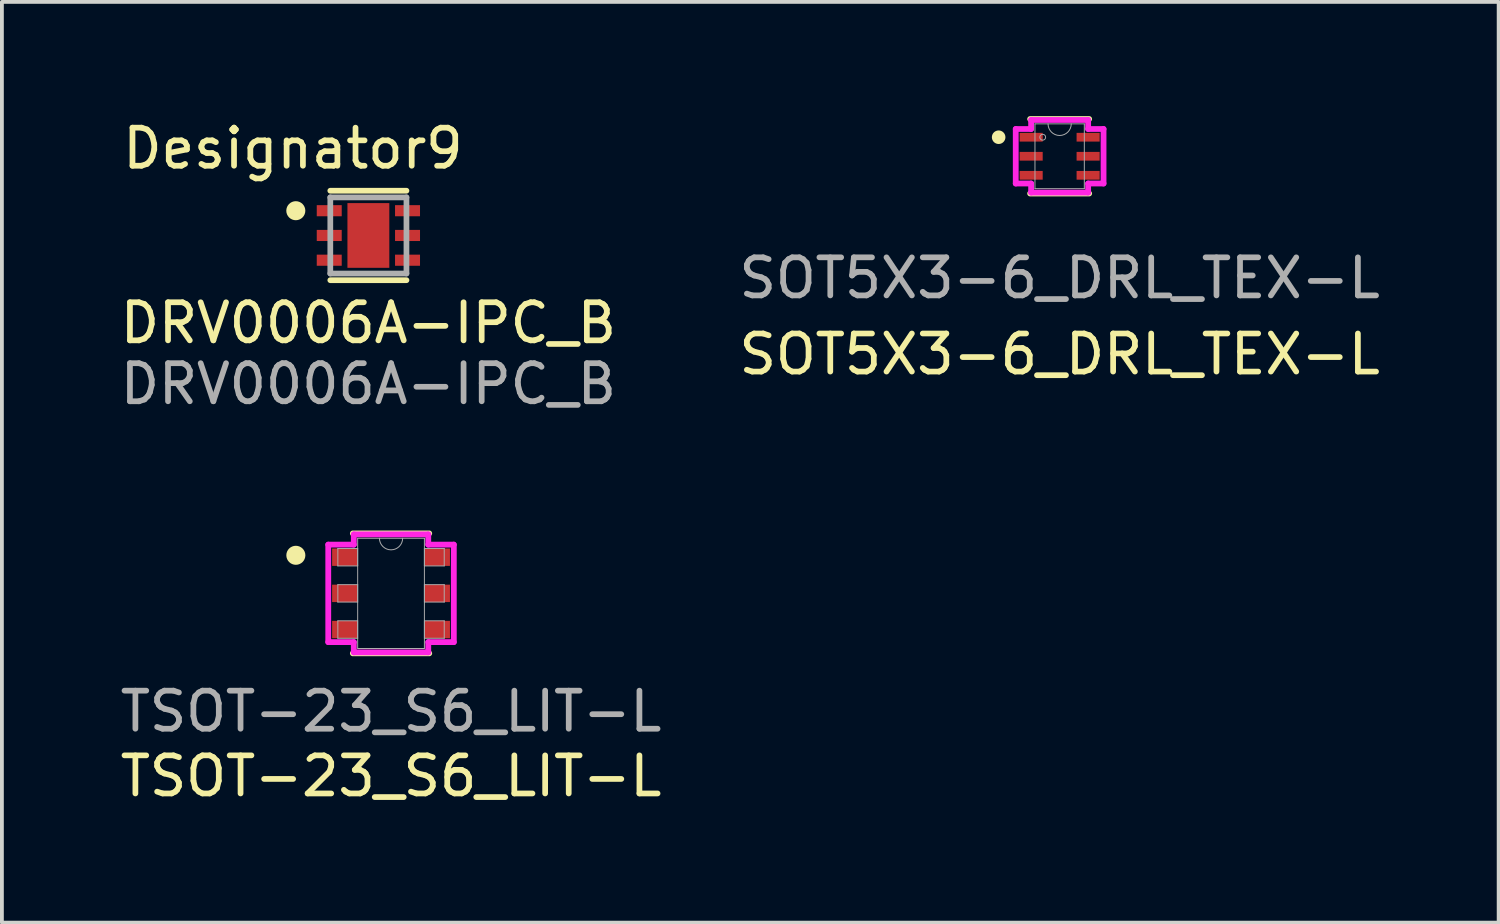
<source format=kicad_pcb>
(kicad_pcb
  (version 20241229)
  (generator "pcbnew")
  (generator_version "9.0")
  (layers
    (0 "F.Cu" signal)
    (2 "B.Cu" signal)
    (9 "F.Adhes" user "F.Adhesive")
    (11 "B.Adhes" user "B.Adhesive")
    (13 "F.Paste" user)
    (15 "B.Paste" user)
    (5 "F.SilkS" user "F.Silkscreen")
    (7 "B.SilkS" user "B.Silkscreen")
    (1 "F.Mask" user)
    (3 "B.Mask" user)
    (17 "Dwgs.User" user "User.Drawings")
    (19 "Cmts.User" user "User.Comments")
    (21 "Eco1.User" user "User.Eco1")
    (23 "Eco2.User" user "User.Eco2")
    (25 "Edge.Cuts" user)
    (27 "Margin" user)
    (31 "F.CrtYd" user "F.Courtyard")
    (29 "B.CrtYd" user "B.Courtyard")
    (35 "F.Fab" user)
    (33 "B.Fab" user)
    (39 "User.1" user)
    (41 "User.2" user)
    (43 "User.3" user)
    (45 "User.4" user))
  (footprint "DRV0006A-IPC_B"
    (layer "F.Cu")
    (at 6.625 3.134)
    (property "Reference" "DRV0006A-IPC_B" (at 0 2.3 0) (unlocked yes) (layer "F.SilkS") (effects (font (size 1 1) (thickness 0.15))))
    (attr smd)
    (fp_line (start -1 -1.175) (end 1 -1.175) (stroke (width 0.15) (type solid)) (layer "F.SilkS"))
    (fp_line (start -1 1.175) (end 1 1.175) (stroke (width 0.15) (type solid)) (layer "F.SilkS"))
    (fp_circle (center -1.906 -0.65) (end -1.781 -0.65) (stroke (width 0.25) (type solid)) (fill no) (layer "F.SilkS"))
    (fp_poly (pts (xy -0.308 0.608) (xy 0.308 0.608) (xy 0.308 -0.608) (xy -0.308 -0.608)) (stroke (width 0) (type solid)) (fill yes) (layer "F.Paste"))
    (fp_line (start -1 -1) (end 1 -1) (stroke (width 0.15) (type solid)) (layer "F.Fab"))
    (fp_line (start -1 1) (end -1 -1) (stroke (width 0.15) (type solid)) (layer "F.Fab"))
    (fp_line (start -1 1) (end 1 1) (stroke (width 0.15) (type solid)) (layer "F.Fab"))
    (fp_line (start 1 1) (end 1 -1) (stroke (width 0.15) (type solid)) (layer "F.Fab"))
    (fp_text user "Designator9" (at -1.981 -2.286 0) (unlocked yes) (layer "F.SilkS") (effects (font (size 1 1) (thickness 0.15))))
    (fp_text user "${REFERENCE}" (at 0 3.9 0) (unlocked yes) (layer "F.Fab") (effects (font (size 1 1) (thickness 0.15))))
    (pad "1" smd rect (at -1.028 -0.65) (size 0.656 0.292) (layers "F.Cu" "F.Mask" "F.Paste"))
    (pad "2" smd rect (at -1.028 0) (size 0.656 0.292) (layers "F.Cu" "F.Mask" "F.Paste"))
    (pad "3" smd rect (at -1.028 0.65) (size 0.656 0.292) (layers "F.Cu" "F.Mask" "F.Paste"))
    (pad "4" smd rect (at 1.028 0.65) (size 0.656 0.292) (layers "F.Cu" "F.Mask" "F.Paste"))
    (pad "5" smd rect (at 1.028 0) (size 0.656 0.292) (layers "F.Cu" "F.Mask" "F.Paste"))
    (pad "6" smd rect (at 1.028 -0.65) (size 0.656 0.292) (layers "F.Cu" "F.Mask" "F.Paste"))
    (pad "7" smd rect (at 0 0) (size 1.1 1.7) (layers "F.Cu" "F.Mask")))
  (footprint "TSOT-23_S6_LIT-L"
    (layer "F.Cu")
    (at 7.22 12.534)
    (property "Reference" "TSOT-23_S6_LIT-L" (at 0 4.8 0) (unlocked yes) (layer "F.SilkS") (effects (font (size 1 1) (thickness 0.15))))
    (attr smd)
    (fp_line (start -1.003 1.575) (end 1.003 1.575) (stroke (width 0.152) (type solid)) (layer "F.SilkS"))
    (fp_line (start 1.003 -1.575) (end -1.003 -1.575) (stroke (width 0.152) (type solid)) (layer "F.SilkS"))
    (fp_circle (center -2.5 -1) (end -2.375 -1) (stroke (width 0.25) (type solid)) (fill no) (layer "F.SilkS"))
    (fp_line (start -1.649 -1.28) (end -0.978 -1.28) (stroke (width 0.152) (type solid)) (layer "F.CrtYd"))
    (fp_line (start -1.649 1.28) (end -1.649 -1.28) (stroke (width 0.152) (type solid)) (layer "F.CrtYd"))
    (fp_line (start -1.649 1.28) (end -0.978 1.28) (stroke (width 0.152) (type solid)) (layer "F.CrtYd"))
    (fp_line (start -0.978 -1.549) (end 0.978 -1.549) (stroke (width 0.152) (type solid)) (layer "F.CrtYd"))
    (fp_line (start -0.978 -1.28) (end -0.978 -1.549) (stroke (width 0.152) (type solid)) (layer "F.CrtYd"))
    (fp_line (start -0.978 1.549) (end -0.978 1.28) (stroke (width 0.152) (type solid)) (layer "F.CrtYd"))
    (fp_line (start 0.978 -1.549) (end 0.978 -1.28) (stroke (width 0.152) (type solid)) (layer "F.CrtYd"))
    (fp_line (start 0.978 1.28) (end 0.978 1.549) (stroke (width 0.152) (type solid)) (layer "F.CrtYd"))
    (fp_line (start 0.978 1.549) (end -0.978 1.549) (stroke (width 0.152) (type solid)) (layer "F.CrtYd"))
    (fp_line (start 1.649 -1.28) (end 0.978 -1.28) (stroke (width 0.152) (type solid)) (layer "F.CrtYd"))
    (fp_line (start 1.649 -1.28) (end 1.649 1.28) (stroke (width 0.152) (type solid)) (layer "F.CrtYd"))
    (fp_line (start 1.649 1.28) (end 0.978 1.28) (stroke (width 0.152) (type solid)) (layer "F.CrtYd"))
    (fp_line (start -1.397 -1.179) (end -1.397 -0.721) (stroke (width 0.025) (type solid)) (layer "F.Fab"))
    (fp_line (start -1.397 -0.721) (end -0.876 -0.721) (stroke (width 0.025) (type solid)) (layer "F.Fab"))
    (fp_line (start -1.397 -0.229) (end -1.397 0.229) (stroke (width 0.025) (type solid)) (layer "F.Fab"))
    (fp_line (start -1.397 0.229) (end -0.876 0.229) (stroke (width 0.025) (type solid)) (layer "F.Fab"))
    (fp_line (start -1.397 0.721) (end -1.397 1.179) (stroke (width 0.025) (type solid)) (layer "F.Fab"))
    (fp_line (start -1.397 1.179) (end -0.876 1.179) (stroke (width 0.025) (type solid)) (layer "F.Fab"))
    (fp_line (start -0.876 -1.448) (end -0.876 1.448) (stroke (width 0.025) (type solid)) (layer "F.Fab"))
    (fp_line (start -0.876 -1.179) (end -1.397 -1.179) (stroke (width 0.025) (type solid)) (layer "F.Fab"))
    (fp_line (start -0.876 -0.721) (end -0.876 -1.179) (stroke (width 0.025) (type solid)) (layer "F.Fab"))
    (fp_line (start -0.876 -0.229) (end -1.397 -0.229) (stroke (width 0.025) (type solid)) (layer "F.Fab"))
    (fp_line (start -0.876 0.229) (end -0.876 -0.229) (stroke (width 0.025) (type solid)) (layer "F.Fab"))
    (fp_line (start -0.876 0.721) (end -1.397 0.721) (stroke (width 0.025) (type solid)) (layer "F.Fab"))
    (fp_line (start -0.876 1.179) (end -0.876 0.721) (stroke (width 0.025) (type solid)) (layer "F.Fab"))
    (fp_line (start -0.876 1.448) (end 0.876 1.448) (stroke (width 0.025) (type solid)) (layer "F.Fab"))
    (fp_line (start 0.876 -1.448) (end -0.876 -1.448) (stroke (width 0.025) (type solid)) (layer "F.Fab"))
    (fp_line (start 0.876 -1.179) (end 0.876 -0.721) (stroke (width 0.025) (type solid)) (layer "F.Fab"))
    (fp_line (start 0.876 -0.721) (end 1.397 -0.721) (stroke (width 0.025) (type solid)) (layer "F.Fab"))
    (fp_line (start 0.876 -0.229) (end 0.876 0.229) (stroke (width 0.025) (type solid)) (layer "F.Fab"))
    (fp_line (start 0.876 0.229) (end 1.397 0.229) (stroke (width 0.025) (type solid)) (layer "F.Fab"))
    (fp_line (start 0.876 0.721) (end 0.876 1.179) (stroke (width 0.025) (type solid)) (layer "F.Fab"))
    (fp_line (start 0.876 1.179) (end 1.397 1.179) (stroke (width 0.025) (type solid)) (layer "F.Fab"))
    (fp_line (start 0.876 1.448) (end 0.876 -1.448) (stroke (width 0.025) (type solid)) (layer "F.Fab"))
    (fp_line (start 1.397 -1.179) (end 0.876 -1.179) (stroke (width 0.025) (type solid)) (layer "F.Fab"))
    (fp_line (start 1.397 -0.721) (end 1.397 -1.179) (stroke (width 0.025) (type solid)) (layer "F.Fab"))
    (fp_line (start 1.397 -0.229) (end 0.876 -0.229) (stroke (width 0.025) (type solid)) (layer "F.Fab"))
    (fp_line (start 1.397 0.229) (end 1.397 -0.229) (stroke (width 0.025) (type solid)) (layer "F.Fab"))
    (fp_line (start 1.397 0.721) (end 0.876 0.721) (stroke (width 0.025) (type solid)) (layer "F.Fab"))
    (fp_line (start 1.397 1.179) (end 1.397 0.721) (stroke (width 0.025) (type solid)) (layer "F.Fab"))
    (fp_arc (start 0.3048 -1.4478) (mid 0 -1.143) (end -0.3048 -1.4478) (stroke (width 0.0254) (type solid)) (layer "F.Fab"))
    (fp_text user "${REFERENCE}" (at 0 3.1 0) (unlocked yes) (layer "F.Fab") (effects (font (size 1 1) (thickness 0.15))))
    (pad "1" smd rect (at -1.212 -0.95) (size 0.671 0.457) (layers "F.Cu" "F.Mask" "F.Paste"))
    (pad "2" smd rect (at -1.212 0) (size 0.671 0.457) (layers "F.Cu" "F.Mask" "F.Paste"))
    (pad "3" smd rect (at -1.212 0.95) (size 0.671 0.457) (layers "F.Cu" "F.Mask" "F.Paste"))
    (pad "4" smd rect (at 1.212 0.95) (size 0.671 0.457) (layers "F.Cu" "F.Mask" "F.Paste"))
    (pad "5" smd rect (at 1.212 0) (size 0.671 0.457) (layers "F.Cu" "F.Mask" "F.Paste"))
    (pad "6" smd rect (at 1.212 -0.95) (size 0.671 0.457) (layers "F.Cu" "F.Mask" "F.Paste")))
  (footprint "SOT5X3-6_DRL_TEX-L"
    (layer "F.Cu")
    (at 24.78 1.054)
    (property "Reference" "SOT5X3-6_DRL_TEX-L" (at 0 5.2 0) (unlocked yes) (layer "F.SilkS") (effects (font (size 1 1) (thickness 0.15))))
    (attr smd)
    (fp_line (start -0.775 0.978) (end 0.775 0.978) (stroke (width 0.152) (type solid)) (layer "F.SilkS"))
    (fp_line (start 0.775 -0.978) (end -0.775 -0.978) (stroke (width 0.152) (type solid)) (layer "F.SilkS"))
    (fp_circle (center -1.602 -0.5) (end -1.5 -0.5) (stroke (width 0.152) (type solid)) (fill yes) (layer "F.SilkS"))
    (fp_line (start -1.153 -0.716) (end -0.749 -0.716) (stroke (width 0.152) (type solid)) (layer "F.CrtYd"))
    (fp_line (start -1.153 0.716) (end -1.153 -0.716) (stroke (width 0.152) (type solid)) (layer "F.CrtYd"))
    (fp_line (start -1.153 0.716) (end -0.749 0.716) (stroke (width 0.152) (type solid)) (layer "F.CrtYd"))
    (fp_line (start -0.749 -0.953) (end 0.749 -0.953) (stroke (width 0.152) (type solid)) (layer "F.CrtYd"))
    (fp_line (start -0.749 -0.716) (end -0.749 -0.953) (stroke (width 0.152) (type solid)) (layer "F.CrtYd"))
    (fp_line (start -0.749 0.953) (end -0.749 0.716) (stroke (width 0.152) (type solid)) (layer "F.CrtYd"))
    (fp_line (start 0.749 -0.953) (end 0.749 -0.716) (stroke (width 0.152) (type solid)) (layer "F.CrtYd"))
    (fp_line (start 0.749 0.716) (end 0.749 0.953) (stroke (width 0.152) (type solid)) (layer "F.CrtYd"))
    (fp_line (start 0.749 0.953) (end -0.749 0.953) (stroke (width 0.152) (type solid)) (layer "F.CrtYd"))
    (fp_line (start 1.153 -0.716) (end 0.749 -0.716) (stroke (width 0.152) (type solid)) (layer "F.CrtYd"))
    (fp_line (start 1.153 -0.716) (end 1.153 0.716) (stroke (width 0.152) (type solid)) (layer "F.CrtYd"))
    (fp_line (start 1.153 0.716) (end 0.749 0.716) (stroke (width 0.152) (type solid)) (layer "F.CrtYd"))
    (fp_line (start -0.648 -0.851) (end -0.648 0.851) (stroke (width 0.025) (type solid)) (layer "F.Fab"))
    (fp_line (start -0.648 0.851) (end 0.648 0.851) (stroke (width 0.025) (type solid)) (layer "F.Fab"))
    (fp_line (start 0.648 -0.851) (end -0.648 -0.851) (stroke (width 0.025) (type solid)) (layer "F.Fab"))
    (fp_line (start 0.648 0.851) (end 0.648 -0.851) (stroke (width 0.025) (type solid)) (layer "F.Fab"))
    (fp_arc (start 0.3048 -0.8509) (mid 0 -0.5461) (end -0.3048 -0.8509) (stroke (width 0.0254) (type solid)) (layer "F.Fab"))
    (fp_circle (center -0.445 -0.5) (end -0.368 -0.5) (stroke (width 0.025) (type solid)) (fill no) (layer "F.Fab"))
    (fp_text user "${REFERENCE}" (at 0 3.2 0) (unlocked yes) (layer "F.Fab") (effects (font (size 1 1) (thickness 0.15))))
    (pad "1" smd rect (at -0.748 -0.5) (size 0.606 0.229) (layers "F.Cu" "F.Mask" "F.Paste"))
    (pad "2" smd rect (at -0.748 0) (size 0.606 0.229) (layers "F.Cu" "F.Mask" "F.Paste"))
    (pad "3" smd rect (at -0.748 0.5) (size 0.606 0.229) (layers "F.Cu" "F.Mask" "F.Paste"))
    (pad "4" smd rect (at 0.748 0.5) (size 0.606 0.229) (layers "F.Cu" "F.Mask" "F.Paste"))
    (pad "5" smd rect (at 0.748 0) (size 0.606 0.229) (layers "F.Cu" "F.Mask" "F.Paste"))
    (pad "6" smd rect (at 0.748 -0.5) (size 0.606 0.229) (layers "F.Cu" "F.Mask" "F.Paste")))
  (gr_rect
    (start -3 -3)
    (end 36.31 21.182)
    (stroke (width 0.1) (type default))
    (fill no)
    (layer "Edge.Cuts")))
</source>
